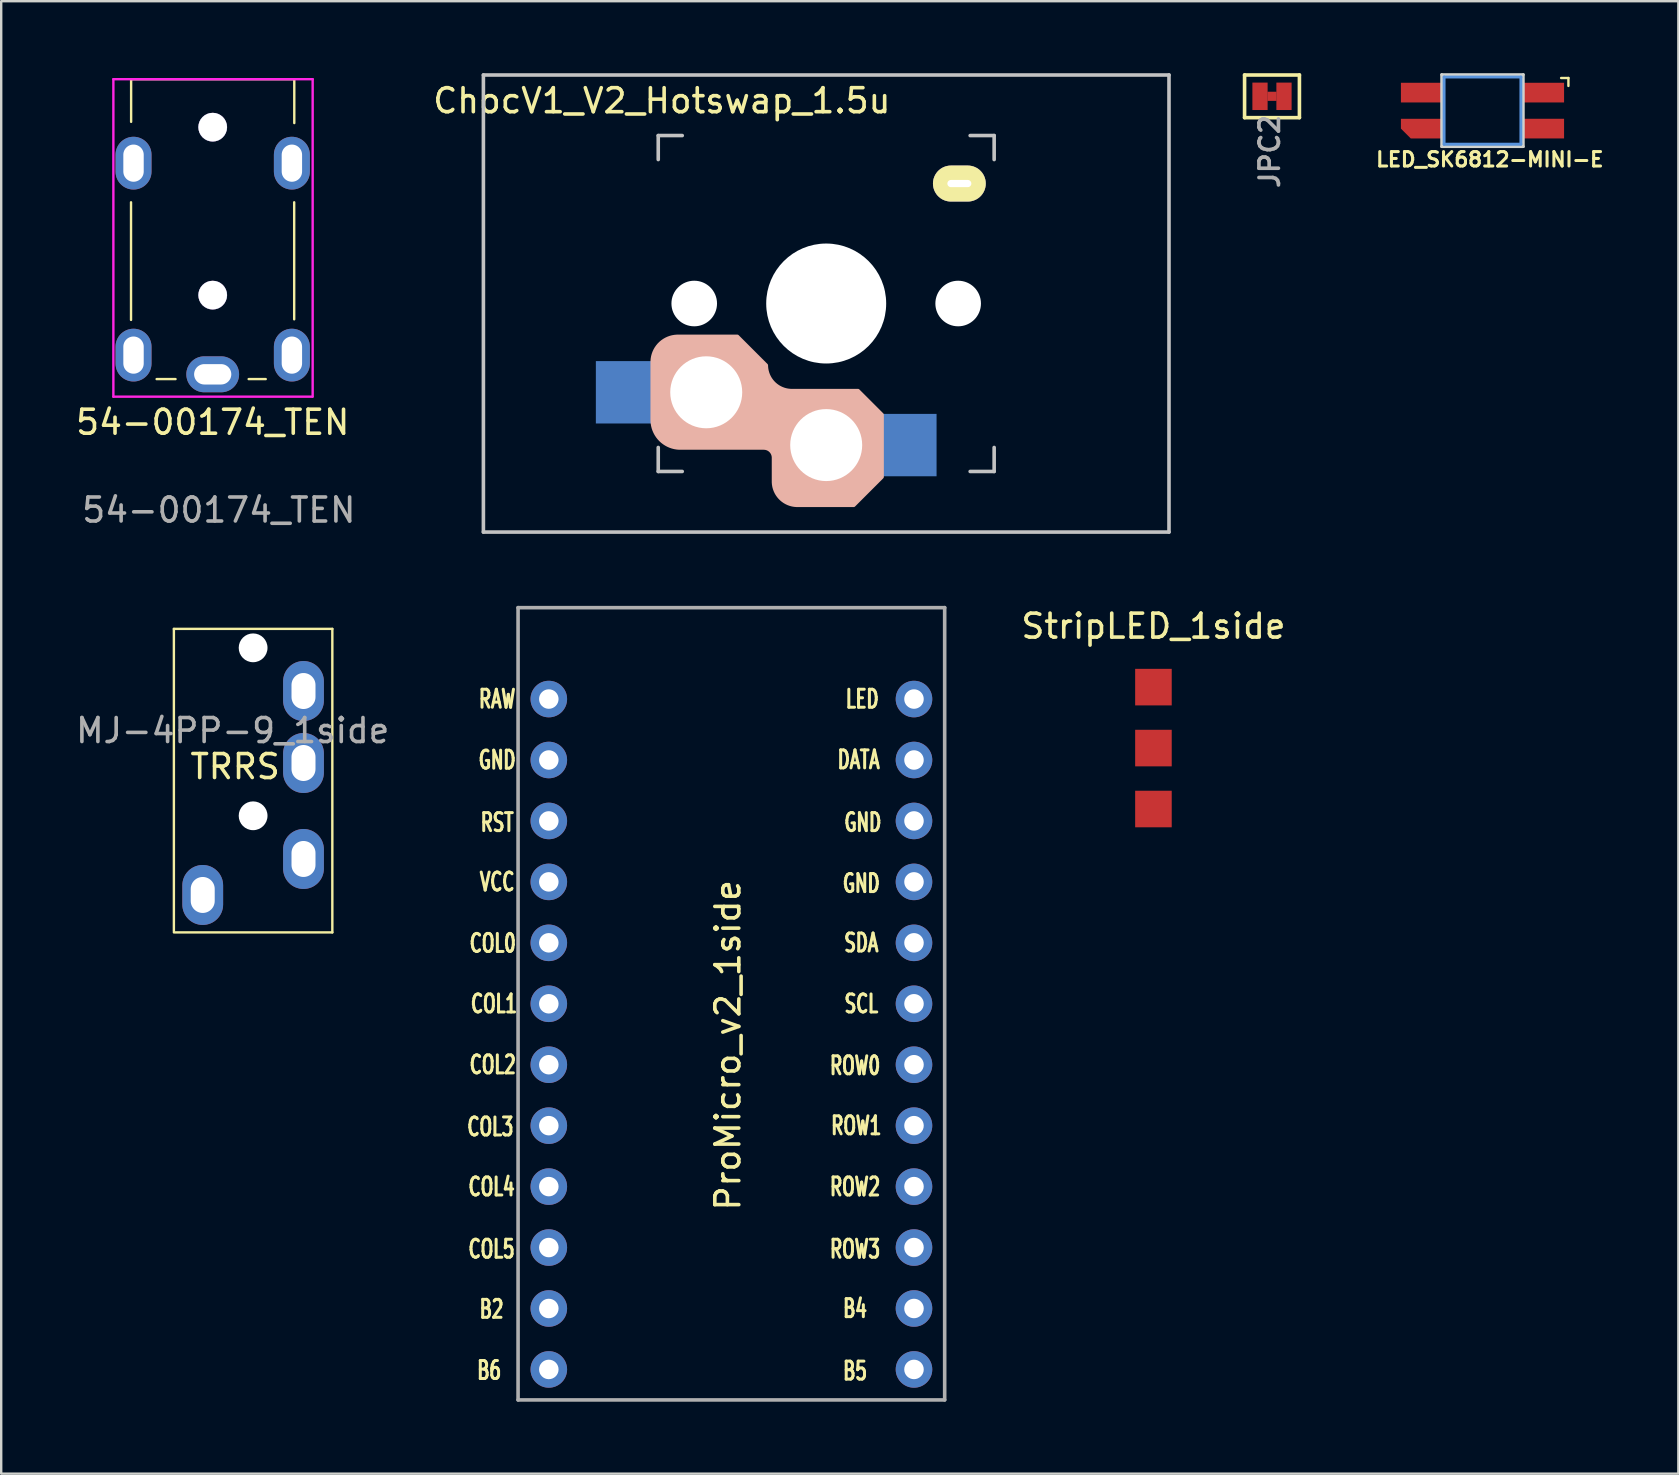
<source format=kicad_pcb>
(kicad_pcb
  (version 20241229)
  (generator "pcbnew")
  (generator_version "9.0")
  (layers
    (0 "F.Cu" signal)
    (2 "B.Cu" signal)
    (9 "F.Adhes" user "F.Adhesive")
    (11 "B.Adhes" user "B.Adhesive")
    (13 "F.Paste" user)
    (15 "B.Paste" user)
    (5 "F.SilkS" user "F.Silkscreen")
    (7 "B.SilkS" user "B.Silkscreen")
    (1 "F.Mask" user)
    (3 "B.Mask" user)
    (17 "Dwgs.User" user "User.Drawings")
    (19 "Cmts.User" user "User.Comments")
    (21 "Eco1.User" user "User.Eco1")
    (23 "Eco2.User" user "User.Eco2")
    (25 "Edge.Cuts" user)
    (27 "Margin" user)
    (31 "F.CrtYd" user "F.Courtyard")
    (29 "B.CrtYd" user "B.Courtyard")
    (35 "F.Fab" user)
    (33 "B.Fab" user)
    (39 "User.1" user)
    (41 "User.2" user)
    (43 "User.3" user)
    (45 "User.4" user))
  (footprint "LED_SK6812-MINI-E"
    (layer "F.Cu")
    (at 58.737 1.56)
    (property "Reference" "LED_SK6812-MINI-E" (at 0.305 2.388 0) (unlocked yes) (layer "F.SilkS") (effects (font (size 0.6 0.6) (thickness 0.127) (bold yes)) (justify bottom)))
    (attr through_hole)
    (fp_line (start 3.277 -1.359) (end 3.581 -1.359) (stroke (width 0.1) (type default)) (layer "F.SilkS"))
    (fp_line (start 3.581 -1.359) (end 3.581 -1.029) (stroke (width 0.1) (type default)) (layer "F.SilkS"))
    (fp_line (start -1.6 -1.4) (end -1.6 1.4) (stroke (width 0.12) (type solid)) (layer "Cmts.User"))
    (fp_line (start -1.6 1.4) (end 1.6 1.4) (stroke (width 0.12) (type solid)) (layer "Cmts.User"))
    (fp_line (start 1.6 -1.4) (end -1.6 -1.4) (stroke (width 0.12) (type solid)) (layer "Cmts.User"))
    (fp_line (start 1.6 1.4) (end 1.6 -1.4) (stroke (width 0.12) (type solid)) (layer "Cmts.User"))
    (fp_line (start -1.7 -1.5) (end -1.7 1.5) (stroke (width 0.12) (type solid)) (layer "Edge.Cuts"))
    (fp_line (start -1.7 1.5) (end 1.7 1.5) (stroke (width 0.12) (type solid)) (layer "Edge.Cuts"))
    (fp_line (start 1.7 -1.5) (end -1.7 -1.5) (stroke (width 0.12) (type solid)) (layer "Edge.Cuts"))
    (fp_line (start 1.7 1.5) (end 1.7 -1.5) (stroke (width 0.12) (type solid)) (layer "Edge.Cuts"))
    (pad "1" smd rect (at 2.55 -0.75) (size 1.7 0.82) (layers "F.Cu" "F.Mask" "F.Paste"))
    (pad "2" smd rect (at 2.55 0.75) (size 1.7 0.82) (layers "F.Cu" "F.Mask" "F.Paste"))
    (pad "3" smd roundrect (at -2.55 0.75) (size 1.7 0.82) (layers "F.Cu" "F.Mask" "F.Paste") (roundrect_rratio 0) (chamfer_ratio 0.5) (chamfer bottom_left))
    (pad "4" smd rect (at -2.55 -0.75) (size 1.7 0.82) (layers "F.Cu" "F.Mask" "F.Paste")))
  (footprint "ProMicro_v2_1side"
    (layer "F.Cu")
    (at 27.387 40.563)
    (property "Reference" "ProMicro_v2_1side" (at -0.1 -0.05 270) (layer "F.SilkS") (effects (font (size 1 1) (thickness 0.15))))
    (attr through_hole)
    (fp_line (start -8.845 -18.288) (end 8.935 -18.288) (stroke (width 0.15) (type solid)) (layer "F.Fab"))
    (fp_line (start -8.845 14.732) (end -8.845 -18.288) (stroke (width 0.15) (type solid)) (layer "F.Fab"))
    (fp_line (start 8.935 -18.288) (end 8.935 14.732) (stroke (width 0.15) (type solid)) (layer "F.Fab"))
    (fp_line (start 8.935 14.732) (end -8.845 14.732) (stroke (width 0.15) (type solid)) (layer "F.Fab"))
    (fp_text user "VCC" (at -9.716 -6.858 0) (layer "F.SilkS") (effects (font (size 0.75 0.5) (thickness 0.125))))
    (fp_text user "SCL" (at 5.461 -1.778 0) (layer "F.SilkS") (effects (font (size 0.75 0.5) (thickness 0.125))))
    (fp_text user "GND" (at -9.716 -11.938 0) (layer "F.SilkS") (effects (font (size 0.75 0.5) (thickness 0.125))))
    (fp_text user "GND" (at 5.461 -6.795 0) (layer "F.SilkS") (effects (font (size 0.75 0.5) (thickness 0.125))))
    (fp_text user "ROW3" (at 5.2 8.445 0) (layer "F.SilkS") (effects (font (size 0.75 0.5) (thickness 0.125))))
    (fp_text user "COL0" (at -9.9 -4.3 0) (layer "F.SilkS") (effects (font (size 0.75 0.5) (thickness 0.125))))
    (fp_text user "DATA" (at 5.35 -11.95 0) (layer "F.SilkS") (effects (font (size 0.75 0.5) (thickness 0.125))))
    (fp_text user "SDA" (at 5.461 -4.318 0) (layer "F.SilkS") (effects (font (size 0.75 0.5) (thickness 0.125))))
    (fp_text user "B5" (at 5.2 13.525 0) (layer "F.SilkS") (effects (font (size 0.75 0.5) (thickness 0.125))))
    (fp_text user "COL1" (at -9.85 -1.778 0) (layer "F.SilkS") (effects (font (size 0.75 0.5) (thickness 0.125))))
    (fp_text user "GND" (at 5.524 -9.335 0) (layer "F.SilkS") (effects (font (size 0.75 0.5) (thickness 0.125))))
    (fp_text user "LED" (at 5.5 -14.478 0) (layer "F.SilkS") (effects (font (size 0.75 0.5) (thickness 0.125))))
    (fp_text user "RST" (at -9.716 -9.335 0) (layer "F.SilkS") (effects (font (size 0.75 0.5) (thickness 0.125))))
    (fp_text user "ROW1" (at 5.25 3.302 0) (layer "F.SilkS") (effects (font (size 0.75 0.5) (thickness 0.125))))
    (fp_text user "COL3" (at -10 3.35 0) (layer "F.SilkS") (effects (font (size 0.75 0.5) (thickness 0.125))))
    (fp_text user "COL4" (at -9.95 5.85 0) (layer "F.SilkS") (effects (font (size 0.75 0.5) (thickness 0.125))))
    (fp_text user "COL2" (at -9.9 0.762 0) (layer "F.SilkS") (effects (font (size 0.75 0.5) (thickness 0.125))))
    (fp_text user "RAW" (at -9.716 -14.478 0) (layer "F.SilkS") (effects (font (size 0.75 0.5) (thickness 0.125))))
    (fp_text user "B6" (at -10.05 13.5 0) (layer "F.SilkS") (effects (font (size 0.75 0.5) (thickness 0.125))))
    (fp_text user "ROW0" (at 5.2 0.8 0) (layer "F.SilkS") (effects (font (size 0.75 0.5) (thickness 0.125))))
    (fp_text user "COL5" (at -9.95 8.445 0) (layer "F.SilkS") (effects (font (size 0.75 0.5) (thickness 0.125))))
    (fp_text user "B4" (at 5.2 10.922 0) (layer "F.SilkS") (effects (font (size 0.75 0.5) (thickness 0.125))))
    (fp_text user "B2" (at -9.95 10.95 0) (layer "F.SilkS") (effects (font (size 0.75 0.5) (thickness 0.125))))
    (fp_text user "ROW2" (at 5.2 5.85 0) (layer "F.SilkS") (effects (font (size 0.75 0.5) (thickness 0.125))))
    (pad "1" thru_hole circle (at 7.656 -14.478) (size 1.524 1.524) (drill 0.813) (layers "*.Cu" "*.Mask"))
    (pad "2" thru_hole circle (at 7.656 -11.938) (size 1.524 1.524) (drill 0.813) (layers "*.Cu" "*.Mask"))
    (pad "3" thru_hole circle (at 7.656 -9.398) (size 1.524 1.524) (drill 0.813) (layers "*.Cu" "*.Mask"))
    (pad "4" thru_hole circle (at 7.656 -6.858) (size 1.524 1.524) (drill 0.813) (layers "*.Cu" "*.Mask"))
    (pad "5" thru_hole circle (at 7.656 -4.318) (size 1.524 1.524) (drill 0.813) (layers "*.Cu" "*.Mask"))
    (pad "6" thru_hole circle (at 7.656 -1.778) (size 1.524 1.524) (drill 0.813) (layers "*.Cu" "*.Mask"))
    (pad "7" thru_hole circle (at 7.656 0.762) (size 1.524 1.524) (drill 0.813) (layers "*.Cu" "*.Mask"))
    (pad "8" thru_hole circle (at 7.656 3.302) (size 1.524 1.524) (drill 0.813) (layers "*.Cu" "*.Mask"))
    (pad "9" thru_hole circle (at 7.656 5.842) (size 1.524 1.524) (drill 0.813) (layers "*.Cu" "*.Mask"))
    (pad "10" thru_hole circle (at 7.656 8.382) (size 1.524 1.524) (drill 0.813) (layers "*.Cu" "*.Mask"))
    (pad "11" thru_hole circle (at 7.656 10.922) (size 1.524 1.524) (drill 0.813) (layers "*.Cu" "*.Mask"))
    (pad "12" thru_hole circle (at 7.656 13.462) (size 1.524 1.524) (drill 0.813) (layers "*.Cu" "*.Mask"))
    (pad "13" thru_hole circle (at -7.564 13.462) (size 1.524 1.524) (drill 0.813) (layers "*.Cu" "*.Mask"))
    (pad "14" thru_hole circle (at -7.564 10.922) (size 1.524 1.524) (drill 0.813) (layers "*.Cu" "*.Mask"))
    (pad "15" thru_hole circle (at -7.564 8.382) (size 1.524 1.524) (drill 0.813) (layers "*.Cu" "*.Mask"))
    (pad "16" thru_hole circle (at -7.564 5.842) (size 1.524 1.524) (drill 0.813) (layers "*.Cu" "*.Mask"))
    (pad "17" thru_hole circle (at -7.564 3.302) (size 1.524 1.524) (drill 0.813) (layers "*.Cu" "*.Mask"))
    (pad "18" thru_hole circle (at -7.564 0.762) (size 1.524 1.524) (drill 0.813) (layers "*.Cu" "*.Mask"))
    (pad "19" thru_hole circle (at -7.564 -1.778) (size 1.524 1.524) (drill 0.813) (layers "*.Cu" "*.Mask"))
    (pad "20" thru_hole circle (at -7.564 -4.318) (size 1.524 1.524) (drill 0.813) (layers "*.Cu" "*.Mask"))
    (pad "21" thru_hole circle (at -7.564 -6.858) (size 1.524 1.524) (drill 0.813) (layers "*.Cu" "*.Mask"))
    (pad "22" thru_hole circle (at -7.564 -9.398) (size 1.524 1.524) (drill 0.813) (layers "*.Cu" "*.Mask"))
    (pad "23" thru_hole circle (at -7.564 -11.938) (size 1.524 1.524) (drill 0.813) (layers "*.Cu" "*.Mask"))
    (pad "24" thru_hole circle (at -7.564 -14.478) (size 1.524 1.524) (drill 0.813) (layers "*.Cu" "*.Mask")))
  (footprint "MJ-4PP-9_1side"
    (layer "F.Cu")
    (at 7.499 22.45)
    (property "Reference" "MJ-4PP-9_1side" (at -0.85 4.95 0) (layer "F.Fab") (effects (font (size 1 1) (thickness 0.15))))
    (attr through_hole)
    (fp_line (start -3.302 0.711) (end 3.302 0.711) (stroke (width 0.1) (type default)) (layer "F.SilkS"))
    (fp_line (start -3.302 13.31) (end -3.302 0.711) (stroke (width 0.1) (type default)) (layer "F.SilkS"))
    (fp_line (start 3.302 0.711) (end 3.302 13.36) (stroke (width 0.1) (type default)) (layer "F.SilkS"))
    (fp_line (start 3.302 13.36) (end -3.302 13.36) (stroke (width 0.1) (type default)) (layer "F.SilkS"))
    (fp_text user "TRRS" (at -0.75 6.45 0) (layer "F.SilkS") (effects (font (size 1 1) (thickness 0.15))))
    (pad "" np_thru_hole circle (at 0 1.5) (size 1.2 1.2) (drill 1.2) (layers "*.Cu" "*.Mask"))
    (pad "" np_thru_hole circle (at 0 8.5) (size 1.2 1.2) (drill 1.2) (layers "*.Cu" "*.Mask"))
    (pad "A" thru_hole oval (at -2.1 11.8) (size 1.7 2.5) (drill oval 1 1.5) (layers "*.Cu" "*.Mask"))
    (pad "B" thru_hole oval (at 2.1 3.3) (size 1.7 2.5) (drill oval 1 1.5) (layers "*.Cu" "*.Mask"))
    (pad "C" thru_hole oval (at 2.1 6.3) (size 1.7 2.5) (drill oval 1 1.5) (layers "*.Cu" "*.Mask"))
    (pad "D" thru_hole oval (at 2.1 10.3) (size 1.7 2.5) (drill oval 1 1.5) (layers "*.Cu" "*.Mask")))
  (footprint "JPC2"
    (layer "F.Cu")
    (at 49.964 0.964)
    (property "Reference" "JPC2" (at -0.1 2.3 270) (layer "F.Fab") (effects (font (size 0.813 0.813) (thickness 0.152))))
    (attr smd)
    (fp_line (start -1.143 -0.889) (end 1.143 -0.889) (stroke (width 0.15) (type solid)) (layer "F.SilkS"))
    (fp_line (start -1.143 0.889) (end -1.143 -0.889) (stroke (width 0.15) (type solid)) (layer "F.SilkS"))
    (fp_line (start 1.143 -0.889) (end 1.143 0.889) (stroke (width 0.15) (type solid)) (layer "F.SilkS"))
    (fp_line (start 1.143 0.889) (end -1.143 0.889) (stroke (width 0.15) (type solid)) (layer "F.SilkS"))
    (pad "" smd rect (at 0 0 90) (size 0.381 0.381) (layers "F.Cu" "F.Mask" "F.Paste"))
    (pad "1" smd rect (at -0.5 0) (size 0.635 1.143) (layers "F.Cu" "F.Mask" "F.Paste"))
    (pad "2" smd rect (at 0.5 0) (size 0.635 1.143) (layers "F.Cu" "F.Mask" "F.Paste")))
  (footprint "54-00174_TEN"
    (layer "F.Cu")
    (at 5.815 0.25)
    (property "Reference" "54-00174_TEN" (at 0 14.3 0) (unlocked yes) (layer "F.SilkS") (effects (font (size 1 1) (thickness 0.15))))
    (attr smd)
    (fp_line (start -3.404 10.033) (end -3.404 5.131) (stroke (width 0.1) (type default)) (layer "F.SilkS"))
    (fp_line (start -3.4 1.778) (end -3.4 0) (stroke (width 0.1) (type default)) (layer "F.SilkS"))
    (fp_line (start -1.549 12.5) (end -2.337 12.5) (stroke (width 0.1) (type default)) (layer "F.SilkS"))
    (fp_line (start 2.21 12.5) (end 1.499 12.5) (stroke (width 0.1) (type default)) (layer "F.SilkS"))
    (fp_line (start 3.396 10.008) (end 3.396 5.131) (stroke (width 0.1) (type default)) (layer "F.SilkS"))
    (fp_line (start 3.4 0) (end -3.4 0) (stroke (width 0.1) (type default)) (layer "F.SilkS"))
    (fp_line (start 3.4 1.829) (end 3.4 0) (stroke (width 0.1) (type default)) (layer "F.SilkS"))
    (fp_line (start -4.14 13.233) (end -4.14 0) (stroke (width 0.1) (type default)) (layer "F.CrtYd"))
    (fp_line (start 4.153 13.233) (end -4.14 13.233) (stroke (width 0.1) (type default)) (layer "F.CrtYd"))
    (fp_line (start 4.166 0) (end -4.14 0) (stroke (width 0.1) (type default)) (layer "F.CrtYd"))
    (fp_line (start 4.166 13.233) (end 4.166 0) (stroke (width 0.1) (type default)) (layer "F.CrtYd"))
    (fp_text user "${REFERENCE}" (at 0.254 17.958 0) (unlocked yes) (layer "F.Fab") (effects (font (size 1 1) (thickness 0.15))))
    (pad "" np_thru_hole circle (at 0 2) (size 1.2 1.2) (drill 1.194) (layers "*.Cu" "*.Mask"))
    (pad "" np_thru_hole circle (at 0 9) (size 1.2 1.2) (drill 1.194) (layers "*.Cu" "*.Mask"))
    (pad "1" thru_hole oval (at 0 12.3) (size 2.2 1.5) (drill oval 1.55 0.85) (layers "*.Cu" "*.Mask"))
    (pad "2" thru_hole oval (at 3.3 11.5) (size 1.5 2.2) (drill oval 0.85 1.55) (layers "*.Cu" "*.Mask"))
    (pad "3" thru_hole oval (at -3.3 11.5) (size 1.5 2.2) (drill oval 0.85 1.55) (layers "*.Cu" "*.Mask"))
    (pad "4" thru_hole oval (at -3.3 3.5) (size 1.5 2.2) (drill oval 0.85 1.55) (layers "*.Cu" "*.Mask"))
    (pad "5" thru_hole oval (at 3.3 3.5) (size 1.5 2.2) (drill oval 0.85 1.55) (layers "*.Cu" "*.Mask")))
  (footprint "StripLED_1side"
    (layer "F.Cu")
    (at 45.023 25.588)
    (property "Reference" "StripLED_1side" (at 0 -2.54 0) (layer "F.SilkS") (effects (font (size 1 1) (thickness 0.15))))
    (attr through_hole)
    (pad "1" smd rect (at 0 0) (size 1.524 1.524) (layers "F.Cu" "F.Mask"))
    (pad "2" smd rect (at 0 2.54) (size 1.524 1.524) (layers "F.Cu" "F.Mask"))
    (pad "3" smd rect (at 0 5.08) (size 1.524 1.524) (layers "F.Cu" "F.Mask")))
  (footprint "ChocV1_V2_Hotswap_1.5u"
    (layer "F.Cu")
    (at 31.384 9.6)
    (property "Reference" "ChocV1_V2_Hotswap_1.5u" (at -6.85 -8.45 0) (layer "F.SilkS") (effects (font (size 1 1) (thickness 0.15))))
    (attr through_hole)
    (fp_poly (pts (xy 1.337 3.607) (arc (start -1.431573 3.6068) (mid -2.167954 3.301781) (end -2.472973 2.5654)) (xy -3.692 1.346) (arc (start -6.181373 1.3462) (mid -6.953675 1.666098) (end -7.273573 2.4384)) (xy -7.274 4.064) (arc (start -7.273573 4.8514) (mid -6.923917 5.695544) (end -6.079773 6.0452)) (xy -5.623 6.045) (xy -2.778 6.045) (arc (start -2.599973 6.0452) (mid -2.330565 6.156792) (end -2.218973 6.4262)) (xy -2.219 6.604) (xy -2.219 6.807) (arc (start -2.218973 7.4168) (mid -1.921393 8.13522) (end -1.202973 8.4328)) (xy -0.949 8.433) (xy 1.159 8.433) (xy 2.353 7.239) (xy 2.353 4.623)) (stroke (width 0.1) (type solid)) (fill yes) (layer "B.SilkS"))
    (fp_line (start -14.287 -9.525) (end 14.287 -9.525) (stroke (width 0.15) (type solid)) (layer "Dwgs.User"))
    (fp_line (start -14.287 9.525) (end -14.287 -9.525) (stroke (width 0.15) (type solid)) (layer "Dwgs.User"))
    (fp_line (start -7 -7) (end -6 -7) (stroke (width 0.15) (type solid)) (layer "Dwgs.User"))
    (fp_line (start -7 -6) (end -7 -7) (stroke (width 0.15) (type solid)) (layer "Dwgs.User"))
    (fp_line (start -7 7) (end -7 6) (stroke (width 0.15) (type solid)) (layer "Dwgs.User"))
    (fp_line (start -6 7) (end -7 7) (stroke (width 0.15) (type solid)) (layer "Dwgs.User"))
    (fp_line (start 6 7) (end 7 7) (stroke (width 0.15) (type solid)) (layer "Dwgs.User"))
    (fp_line (start 7 -7) (end 6 -7) (stroke (width 0.15) (type solid)) (layer "Dwgs.User"))
    (fp_line (start 7 -6) (end 7 -7) (stroke (width 0.15) (type solid)) (layer "Dwgs.User"))
    (fp_line (start 7 7) (end 7 6) (stroke (width 0.15) (type solid)) (layer "Dwgs.User"))
    (fp_line (start 14.287 -9.525) (end 14.287 9.525) (stroke (width 0.15) (type solid)) (layer "Dwgs.User"))
    (fp_line (start 14.287 9.525) (end -14.287 9.525) (stroke (width 0.15) (type solid)) (layer "Dwgs.User"))
    (pad "" np_thru_hole circle (at -5.5 0 90) (size 1.9 1.9) (drill 1.9) (layers "*.Cu" "*.Mask"))
    (pad "" np_thru_hole circle (at -5 3.7 90) (size 3 3) (drill 3) (layers "*.Cu" "*.Mask" "B.SilkS"))
    (pad "" np_thru_hole circle (at 0 0 90) (size 5 5) (drill 5) (layers "*.Cu" "*.Mask"))
    (pad "" np_thru_hole circle (at 0 5.9 90) (size 3 3) (drill 3) (layers "*.Cu" "*.Mask" "B.SilkS"))
    (pad "" np_thru_hole circle (at 5.5 0 90) (size 1.9 1.9) (drill 1.9) (layers "*.Cu" "*.Mask"))
    (pad "" thru_hole oval (at 5.55 -5 180) (size 2.2 1.5) (drill oval 1 0.3) (layers "*.Cu" "B.Mask" "F.SilkS"))
    (pad "1" smd rect (at -8.3 3.7 180) (size 2.6 2.6) (layers "B.Cu" "B.Mask" "B.Paste"))
    (pad "2" smd rect (at 3.3 5.9 180) (size 2.6 2.6) (layers "B.Cu" "B.Mask" "B.Paste")))
  (gr_rect
    (start -3 -3)
    (end 66.9 58.37)
    (stroke (width 0.1) (type default))
    (fill no)
    (layer "Edge.Cuts")))
</source>
